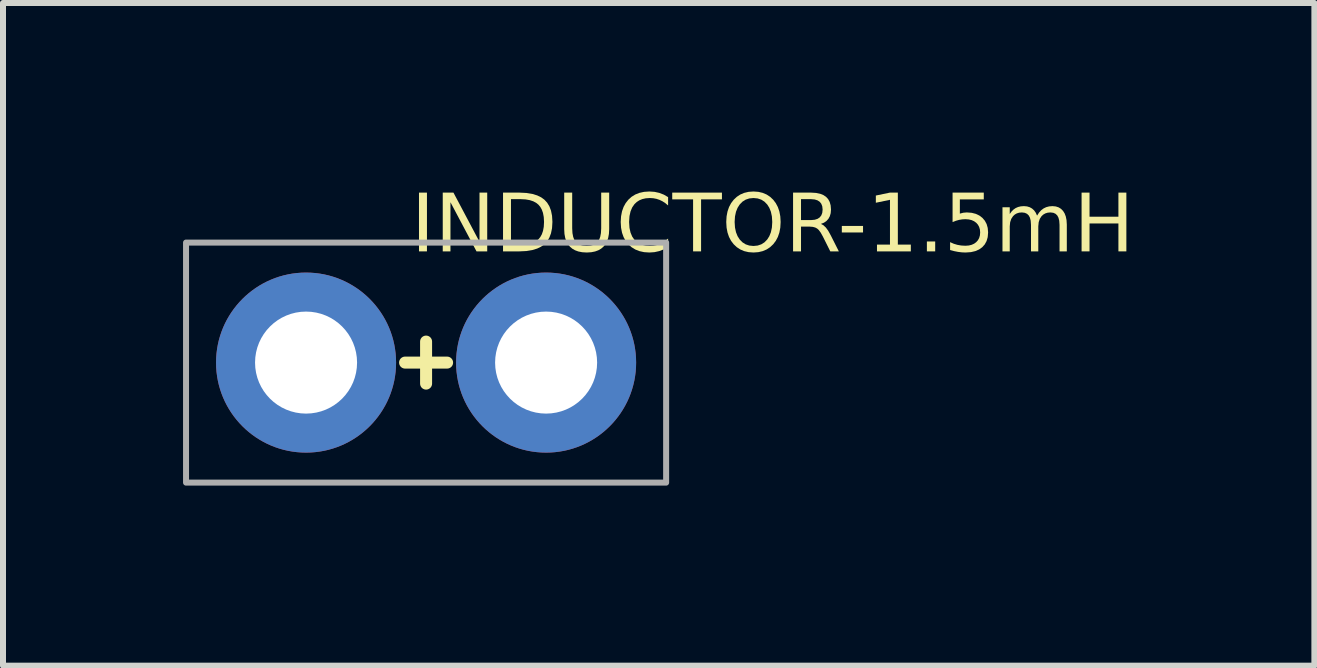
<source format=kicad_pcb>
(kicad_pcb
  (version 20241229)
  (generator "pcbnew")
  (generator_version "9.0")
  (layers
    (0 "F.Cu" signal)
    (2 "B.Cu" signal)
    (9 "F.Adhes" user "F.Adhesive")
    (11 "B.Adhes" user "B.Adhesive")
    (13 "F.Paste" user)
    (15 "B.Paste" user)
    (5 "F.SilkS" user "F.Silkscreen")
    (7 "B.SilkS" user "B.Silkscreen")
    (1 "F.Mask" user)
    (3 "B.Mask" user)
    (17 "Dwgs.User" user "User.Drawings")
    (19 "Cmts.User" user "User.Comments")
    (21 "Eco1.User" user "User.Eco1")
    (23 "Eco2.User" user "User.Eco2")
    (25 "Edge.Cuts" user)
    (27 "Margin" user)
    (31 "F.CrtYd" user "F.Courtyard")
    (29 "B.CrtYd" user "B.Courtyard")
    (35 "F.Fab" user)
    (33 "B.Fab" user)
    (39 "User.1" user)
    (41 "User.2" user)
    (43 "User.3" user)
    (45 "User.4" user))
  (footprint "INDUCTOR-1.5mH"
    (layer "F.Cu")
    (at 2.05 2.992)
    (property "Reference" "INDUCTOR-1.5mH" (at 1.75 -1.69 0) (unlocked yes) (layer "F.SilkS") (effects (font (face "Arial") (size 0.96 0.96) (thickness 0.24)) (justify left bottom)))
    (fp_line (start 1.65 0) (end 2.35 0) (stroke (width 0.2) (type solid)) (layer "F.SilkS"))
    (fp_line (start 2 0.35) (end 2 -0.35) (stroke (width 0.2) (type solid)) (layer "F.SilkS"))
    (fp_rect (start -2 -2) (end 6 2) (stroke (width 0.1) (type default)) (fill no) (layer "F.Fab"))
    (pad "1" thru_hole circle (at 0 0) (size 3 3) (drill 1.7) (layers "*.Cu" "*.Mask"))
    (pad "2" thru_hole circle (at 4 0) (size 3 3) (drill 1.7) (layers "*.Cu" "*.Mask")))
  (gr_rect
    (start -3 -3)
    (end 18.852 8.042)
    (stroke (width 0.1) (type default))
    (fill no)
    (layer "Edge.Cuts")))
</source>
